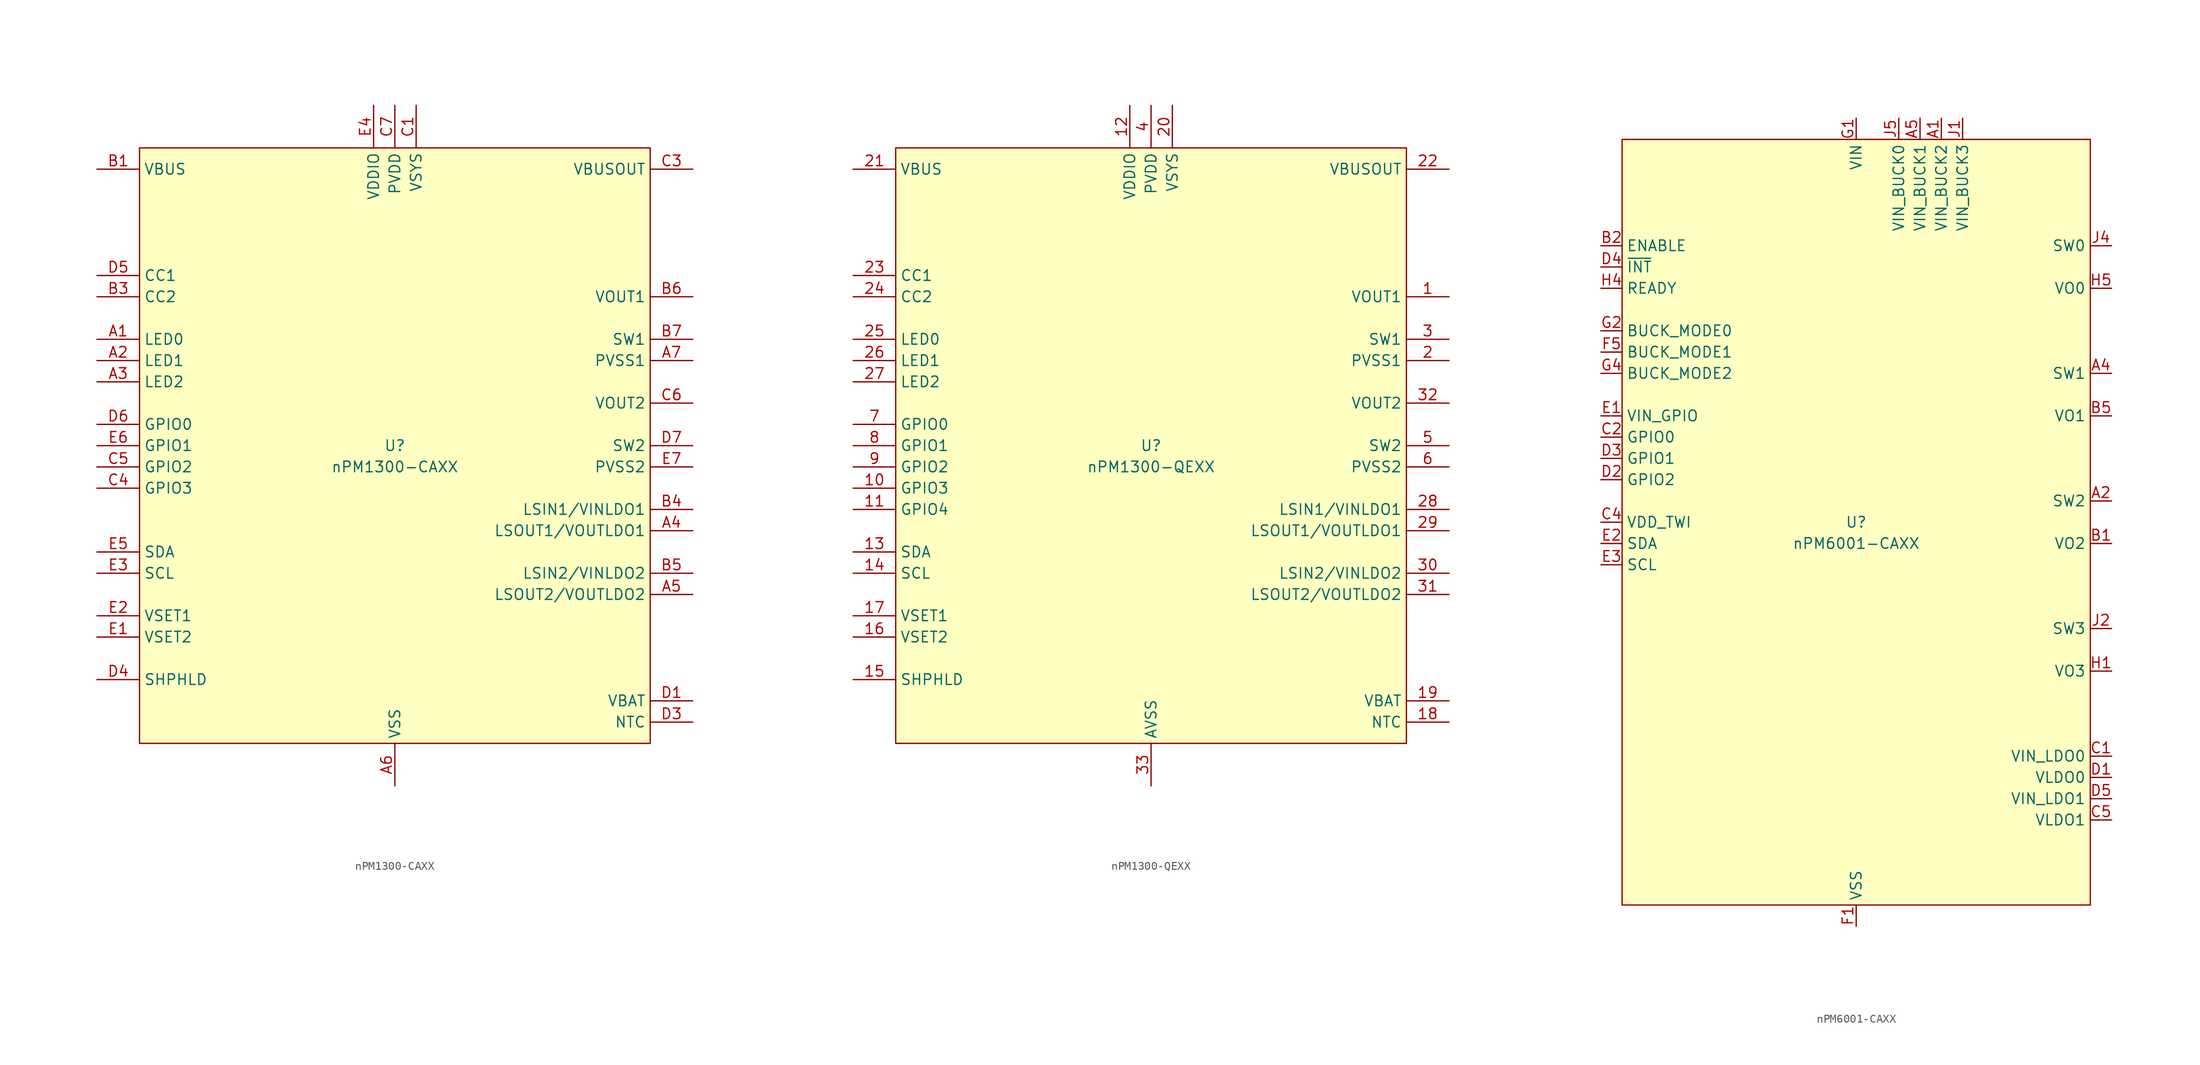
<source format=kicad_sym>
(kicad_symbol_lib
  (version 20231120)
  (generator "kicad_symbol_editor")
  (generator_version "8.0")
  (symbol "nPM1300-CAXX"
    (property "Reference" "U"
      (at 0 0 0)
      (do_not_autoplace)
      (effects (font (size 1.27 1.27))))
    (property "Value" "nPM1300-CAXX"
      (at 0 -2.54 0)
      (do_not_autoplace)
      (effects (font (size 1.27 1.27))))
    (symbol "nPM1300-CAXX_0_0"
      (pin bidirectional line (at -35.56 -5.08 0) (length 5.08) (name "GPIO3" (effects (font (size 1.27 1.27)))) (number "C4" (effects (font (size 1.27 1.27)))))
      (pin bidirectional line (at -35.56 -2.54 0) (length 5.08) (name "GPIO2" (effects (font (size 1.27 1.27)))) (number "C5" (effects (font (size 1.27 1.27)))))
      (pin bidirectional line (at -35.56 0 0) (length 5.08) (name "GPIO1" (effects (font (size 1.27 1.27)))) (number "E6" (effects (font (size 1.27 1.27))))))
    (symbol "nPM1300-CAXX_1_0"
      (pin open_collector line (at -35.56 12.7 0) (length 5.08) (name "LED0" (effects (font (size 1.27 1.27)))) (number "A1" (effects (font (size 1.27 1.27)))))
      (pin open_collector line (at -35.56 10.16 0) (length 5.08) (name "LED1" (effects (font (size 1.27 1.27)))) (number "A2" (effects (font (size 1.27 1.27)))))
      (pin open_collector line (at -35.56 7.62 0) (length 5.08) (name "LED2" (effects (font (size 1.27 1.27)))) (number "A3" (effects (font (size 1.27 1.27)))))
      (pin output line (at 35.56 -10.16 180) (length 5.08) (name "LSOUT1/VOUTLDO1" (effects (font (size 1.27 1.27)))) (number "A4" (effects (font (size 1.27 1.27)))))
      (pin output line (at 35.56 -17.78 180) (length 5.08) (name "LSOUT2/VOUTLDO2" (effects (font (size 1.27 1.27)))) (number "A5" (effects (font (size 1.27 1.27)))))
      (pin power_in line (at 0 -40.64 90) (length 5.08) (name "VSS" (effects (font (size 1.27 1.27)))) (number "A6" (effects (font (size 1.27 1.27)))))
      (pin power_in line (at 35.56 10.16 180) (length 5.08) (name "PVSS1" (effects (font (size 1.27 1.27)))) (number "A7" (effects (font (size 1.27 1.27)))))
      (pin power_in line (at -35.56 33.02 0) (length 5.08) (name "VBUS" (effects (font (size 1.27 1.27)))) (number "B1" (effects (font (size 1.27 1.27)))))
      (pin passive line (at -35.56 33.02 0) (length 5.08) hide (name "VBUS" (effects (font (size 1.27 1.27)))) (number "B2" (effects (font (size 1.27 1.27)))))
      (pin bidirectional line (at -35.56 17.78 0) (length 5.08) (name "CC2" (effects (font (size 1.27 1.27)))) (number "B3" (effects (font (size 1.27 1.27)))))
      (pin input line (at 35.56 -7.62 180) (length 5.08) (name "LSIN1/VINLDO1" (effects (font (size 1.27 1.27)))) (number "B4" (effects (font (size 1.27 1.27)))))
      (pin input line (at 35.56 -15.24 180) (length 5.08) (name "LSIN2/VINLDO2" (effects (font (size 1.27 1.27)))) (number "B5" (effects (font (size 1.27 1.27)))))
      (pin power_out line (at 35.56 17.78 180) (length 5.08) (name "VOUT1" (effects (font (size 1.27 1.27)))) (number "B6" (effects (font (size 1.27 1.27)))))
      (pin passive line (at 35.56 12.7 180) (length 5.08) (name "SW1" (effects (font (size 1.27 1.27)))) (number "B7" (effects (font (size 1.27 1.27)))))
      (pin power_out line (at 2.54 40.64 270) (length 5.08) (name "VSYS" (effects (font (size 1.27 1.27)))) (number "C1" (effects (font (size 1.27 1.27)))))
      (pin passive line (at 2.54 40.64 270) (length 5.08) hide (name "VSYS" (effects (font (size 1.27 1.27)))) (number "C2" (effects (font (size 1.27 1.27)))))
      (pin power_out line (at 35.56 33.02 180) (length 5.08) (name "VBUSOUT" (effects (font (size 1.27 1.27)))) (number "C3" (effects (font (size 1.27 1.27)))))
      (pin power_out line (at 35.56 5.08 180) (length 5.08) (name "VOUT2" (effects (font (size 1.27 1.27)))) (number "C6" (effects (font (size 1.27 1.27)))))
      (pin power_in line (at 0 40.64 270) (length 5.08) (name "PVDD" (effects (font (size 1.27 1.27)))) (number "C7" (effects (font (size 1.27 1.27)))))
      (pin power_in line (at 35.56 -30.48 180) (length 5.08) (name "VBAT" (effects (font (size 1.27 1.27)))) (number "D1" (effects (font (size 1.27 1.27)))))
      (pin passive line (at 35.56 -30.48 180) (length 5.08) hide (name "VBAT" (effects (font (size 1.27 1.27)))) (number "D2" (effects (font (size 1.27 1.27)))))
      (pin passive line (at 35.56 -33.02 180) (length 5.08) (name "NTC" (effects (font (size 1.27 1.27)))) (number "D3" (effects (font (size 1.27 1.27)))))
      (pin passive line (at -35.56 -27.94 0) (length 5.08) (name "SHPHLD" (effects (font (size 1.27 1.27)))) (number "D4" (effects (font (size 1.27 1.27)))))
      (pin bidirectional line (at -35.56 20.32 0) (length 5.08) (name "CC1" (effects (font (size 1.27 1.27)))) (number "D5" (effects (font (size 1.27 1.27)))))
      (pin bidirectional line (at -35.56 2.54 0) (length 5.08) (name "GPIO0" (effects (font (size 1.27 1.27)))) (number "D6" (effects (font (size 1.27 1.27)))))
      (pin passive line (at 35.56 0 180) (length 5.08) (name "SW2" (effects (font (size 1.27 1.27)))) (number "D7" (effects (font (size 1.27 1.27)))))
      (pin passive line (at -35.56 -22.86 0) (length 5.08) (name "VSET2" (effects (font (size 1.27 1.27)))) (number "E1" (effects (font (size 1.27 1.27)))))
      (pin passive line (at -35.56 -20.32 0) (length 5.08) (name "VSET1" (effects (font (size 1.27 1.27)))) (number "E2" (effects (font (size 1.27 1.27)))))
      (pin bidirectional line (at -35.56 -15.24 0) (length 5.08) (name "SCL" (effects (font (size 1.27 1.27)))) (number "E3" (effects (font (size 1.27 1.27)))))
      (pin power_in line (at -2.54 40.64 270) (length 5.08) (name "VDDIO" (effects (font (size 1.27 1.27)))) (number "E4" (effects (font (size 1.27 1.27)))))
      (pin bidirectional line (at -35.56 -12.7 0) (length 5.08) (name "SDA" (effects (font (size 1.27 1.27)))) (number "E5" (effects (font (size 1.27 1.27)))))
      (pin power_in line (at 35.56 -2.54 180) (length 5.08) (name "PVSS2" (effects (font (size 1.27 1.27)))) (number "E7" (effects (font (size 1.27 1.27))))))
    (symbol "nPM1300-CAXX_1_1"
      (rectangle (start -30.48 35.56) (end 30.48 -35.56) (stroke (width 0) (type default)) (fill (type background)))))
  (symbol "nPM1300-QEXX"
    (property "Reference" "U"
      (at 0 0 0)
      (do_not_autoplace)
      (effects (font (size 1.27 1.27))))
    (property "Value" "nPM1300-QEXX"
      (at 0 -2.54 0)
      (do_not_autoplace)
      (effects (font (size 1.27 1.27))))
    (symbol "nPM1300-QEXX_0_0"
      (pin power_out line (at 35.56 17.78 180) (length 5.08) (name "VOUT1" (effects (font (size 1.27 1.27)))) (number "1" (effects (font (size 1.27 1.27)))))
      (pin bidirectional line (at -35.56 -5.08 0) (length 5.08) (name "GPIO3" (effects (font (size 1.27 1.27)))) (number "10" (effects (font (size 1.27 1.27)))))
      (pin bidirectional line (at -35.56 -7.62 0) (length 5.08) (name "GPIO4" (effects (font (size 1.27 1.27)))) (number "11" (effects (font (size 1.27 1.27)))))
      (pin power_in line (at -2.54 40.64 270) (length 5.08) (name "VDDIO" (effects (font (size 1.27 1.27)))) (number "12" (effects (font (size 1.27 1.27)))))
      (pin bidirectional line (at -35.56 -12.7 0) (length 5.08) (name "SDA" (effects (font (size 1.27 1.27)))) (number "13" (effects (font (size 1.27 1.27)))))
      (pin bidirectional line (at -35.56 -15.24 0) (length 5.08) (name "SCL" (effects (font (size 1.27 1.27)))) (number "14" (effects (font (size 1.27 1.27)))))
      (pin input line (at -35.56 -27.94 0) (length 5.08) (name "SHPHLD" (effects (font (size 1.27 1.27)))) (number "15" (effects (font (size 1.27 1.27)))))
      (pin passive line (at -35.56 -22.86 0) (length 5.08) (name "VSET2" (effects (font (size 1.27 1.27)))) (number "16" (effects (font (size 1.27 1.27)))))
      (pin passive line (at -35.56 -20.32 0) (length 5.08) (name "VSET1" (effects (font (size 1.27 1.27)))) (number "17" (effects (font (size 1.27 1.27)))))
      (pin passive line (at 35.56 -33.02 180) (length 5.08) (name "NTC" (effects (font (size 1.27 1.27)))) (number "18" (effects (font (size 1.27 1.27)))))
      (pin power_in line (at 35.56 -30.48 180) (length 5.08) (name "VBAT" (effects (font (size 1.27 1.27)))) (number "19" (effects (font (size 1.27 1.27)))))
      (pin power_out line (at 2.54 40.64 270) (length 5.08) (name "VSYS" (effects (font (size 1.27 1.27)))) (number "20" (effects (font (size 1.27 1.27)))))
      (pin power_in line (at -35.56 33.02 0) (length 5.08) (name "VBUS" (effects (font (size 1.27 1.27)))) (number "21" (effects (font (size 1.27 1.27)))))
      (pin power_out line (at 35.56 33.02 180) (length 5.08) (name "VBUSOUT" (effects (font (size 1.27 1.27)))) (number "22" (effects (font (size 1.27 1.27)))))
      (pin bidirectional line (at -35.56 20.32 0) (length 5.08) (name "CC1" (effects (font (size 1.27 1.27)))) (number "23" (effects (font (size 1.27 1.27)))))
      (pin bidirectional line (at -35.56 17.78 0) (length 5.08) (name "CC2" (effects (font (size 1.27 1.27)))) (number "24" (effects (font (size 1.27 1.27)))))
      (pin open_collector line (at -35.56 12.7 0) (length 5.08) (name "LED0" (effects (font (size 1.27 1.27)))) (number "25" (effects (font (size 1.27 1.27)))))
      (pin open_collector line (at -35.56 10.16 0) (length 5.08) (name "LED1" (effects (font (size 1.27 1.27)))) (number "26" (effects (font (size 1.27 1.27)))))
      (pin open_collector line (at -35.56 7.62 0) (length 5.08) (name "LED2" (effects (font (size 1.27 1.27)))) (number "27" (effects (font (size 1.27 1.27)))))
      (pin output line (at 35.56 -10.16 180) (length 5.08) (name "LSOUT1/VOUTLDO1" (effects (font (size 1.27 1.27)))) (number "29" (effects (font (size 1.27 1.27)))))
      (pin passive line (at 35.56 12.7 180) (length 5.08) (name "SW1" (effects (font (size 1.27 1.27)))) (number "3" (effects (font (size 1.27 1.27)))))
      (pin input line (at 35.56 -15.24 180) (length 5.08) (name "LSIN2/VINLDO2" (effects (font (size 1.27 1.27)))) (number "30" (effects (font (size 1.27 1.27)))))
      (pin output line (at 35.56 -17.78 180) (length 5.08) (name "LSOUT2/VOUTLDO2" (effects (font (size 1.27 1.27)))) (number "31" (effects (font (size 1.27 1.27)))))
      (pin power_out line (at 35.56 5.08 180) (length 5.08) (name "VOUT2" (effects (font (size 1.27 1.27)))) (number "32" (effects (font (size 1.27 1.27)))))
      (pin power_in line (at 0 -40.64 90) (length 5.08) (name "AVSS" (effects (font (size 1.27 1.27)))) (number "33" (effects (font (size 1.27 1.27)))))
      (pin power_in line (at 0 40.64 270) (length 5.08) (name "PVDD" (effects (font (size 1.27 1.27)))) (number "4" (effects (font (size 1.27 1.27)))))
      (pin passive line (at 35.56 0 180) (length 5.08) (name "SW2" (effects (font (size 1.27 1.27)))) (number "5" (effects (font (size 1.27 1.27)))))
      (pin bidirectional line (at -35.56 2.54 0) (length 5.08) (name "GPIO0" (effects (font (size 1.27 1.27)))) (number "7" (effects (font (size 1.27 1.27)))))
      (pin bidirectional line (at -35.56 0 0) (length 5.08) (name "GPIO1" (effects (font (size 1.27 1.27)))) (number "8" (effects (font (size 1.27 1.27)))))
      (pin bidirectional line (at -35.56 -2.54 0) (length 5.08) (name "GPIO2" (effects (font (size 1.27 1.27)))) (number "9" (effects (font (size 1.27 1.27))))))
    (symbol "nPM1300-QEXX_1_0"
      (pin power_in line (at 35.56 10.16 180) (length 5.08) (name "PVSS1" (effects (font (size 1.27 1.27)))) (number "2" (effects (font (size 1.27 1.27)))))
      (pin input line (at 35.56 -7.62 180) (length 5.08) (name "LSIN1/VINLDO1" (effects (font (size 1.27 1.27)))) (number "28" (effects (font (size 1.27 1.27)))))
      (pin power_in line (at 35.56 -2.54 180) (length 5.08) (name "PVSS2" (effects (font (size 1.27 1.27)))) (number "6" (effects (font (size 1.27 1.27))))))
    (symbol "nPM1300-QEXX_1_1"
      (rectangle (start -30.48 35.56) (end 30.48 -35.56) (stroke (width 0) (type default)) (fill (type background)))))
  (symbol "nPM6001-CAXX"
    (property "Reference" "U"
      (at 0 0 0)
      (do_not_autoplace)
      (effects (font (size 1.27 1.27))))
    (property "Value" "nPM6001-CAXX"
      (at 0 -2.54 0)
      (do_not_autoplace)
      (effects (font (size 1.27 1.27))))
    (symbol "nPM6001-CAXX_0_0"
      (pin power_in line (at 10.16 48.26 270) (length 2.54) (name "VIN_BUCK2" (effects (font (size 1.27 1.27)))) (number "A1" (effects (font (size 1.27 1.27)))))
      (pin passive line (at 30.48 2.54 180) (length 2.54) (name "SW2" (effects (font (size 1.27 1.27)))) (number "A2" (effects (font (size 1.27 1.27)))))
      (pin passive line (at 30.48 17.78 180) (length 2.54) (name "SW1" (effects (font (size 1.27 1.27)))) (number "A4" (effects (font (size 1.27 1.27)))))
      (pin power_in line (at 7.62 48.26 270) (length 2.54) (name "VIN_BUCK1" (effects (font (size 1.27 1.27)))) (number "A5" (effects (font (size 1.27 1.27)))))
      (pin power_out line (at 30.48 -2.54 180) (length 2.54) (name "VO2" (effects (font (size 1.27 1.27)))) (number "B1" (effects (font (size 1.27 1.27)))))
      (pin bidirectional line (at -30.48 33.02 0) (length 2.54) (name "ENABLE" (effects (font (size 1.27 1.27)))) (number "B2" (effects (font (size 1.27 1.27)))))
      (pin power_out line (at 30.48 12.7 180) (length 2.54) (name "VO1" (effects (font (size 1.27 1.27)))) (number "B5" (effects (font (size 1.27 1.27)))))
      (pin power_in line (at 30.48 -27.94 180) (length 2.54) (name "VIN_LDO0" (effects (font (size 1.27 1.27)))) (number "C1" (effects (font (size 1.27 1.27)))))
      (pin bidirectional line (at -30.48 10.16 0) (length 2.54) (name "GPIO0" (effects (font (size 1.27 1.27)))) (number "C2" (effects (font (size 1.27 1.27)))))
      (pin power_in line (at -30.48 0 0) (length 2.54) (name "VDD_TWI" (effects (font (size 1.27 1.27)))) (number "C4" (effects (font (size 1.27 1.27)))))
      (pin power_out line (at 30.48 -35.56 180) (length 2.54) (name "VLDO1" (effects (font (size 1.27 1.27)))) (number "C5" (effects (font (size 1.27 1.27)))))
      (pin power_out line (at 30.48 -30.48 180) (length 2.54) (name "VLDO0" (effects (font (size 1.27 1.27)))) (number "D1" (effects (font (size 1.27 1.27)))))
      (pin bidirectional line (at -30.48 5.08 0) (length 2.54) (name "GPIO2" (effects (font (size 1.27 1.27)))) (number "D2" (effects (font (size 1.27 1.27)))))
      (pin bidirectional line (at -30.48 7.62 0) (length 2.54) (name "GPIO1" (effects (font (size 1.27 1.27)))) (number "D3" (effects (font (size 1.27 1.27)))))
      (pin power_in line (at 30.48 -33.02 180) (length 2.54) (name "VIN_LDO1" (effects (font (size 1.27 1.27)))) (number "D5" (effects (font (size 1.27 1.27)))))
      (pin power_in line (at -30.48 12.7 0) (length 2.54) (name "VIN_GPIO" (effects (font (size 1.27 1.27)))) (number "E1" (effects (font (size 1.27 1.27)))))
      (pin bidirectional line (at -30.48 -2.54 0) (length 2.54) (name "SDA" (effects (font (size 1.27 1.27)))) (number "E2" (effects (font (size 1.27 1.27)))))
      (pin bidirectional line (at -30.48 -5.08 0) (length 2.54) (name "SCL" (effects (font (size 1.27 1.27)))) (number "E3" (effects (font (size 1.27 1.27)))))
      (pin bidirectional line (at -30.48 20.32 0) (length 2.54) (name "BUCK_MODE1" (effects (font (size 1.27 1.27)))) (number "F5" (effects (font (size 1.27 1.27)))))
      (pin power_in line (at 0 48.26 270) (length 2.54) (name "VIN" (effects (font (size 1.27 1.27)))) (number "G1" (effects (font (size 1.27 1.27)))))
      (pin bidirectional line (at -30.48 22.86 0) (length 2.54) (name "BUCK_MODE0" (effects (font (size 1.27 1.27)))) (number "G2" (effects (font (size 1.27 1.27)))))
      (pin bidirectional line (at -30.48 17.78 0) (length 2.54) (name "BUCK_MODE2" (effects (font (size 1.27 1.27)))) (number "G4" (effects (font (size 1.27 1.27)))))
      (pin passive line (at 30.48 -17.78 180) (length 2.54) (name "VO3" (effects (font (size 1.27 1.27)))) (number "H1" (effects (font (size 1.27 1.27)))))
      (pin bidirectional line (at -30.48 27.94 0) (length 2.54) (name "READY" (effects (font (size 1.27 1.27)))) (number "H4" (effects (font (size 1.27 1.27)))))
      (pin power_in line (at 12.7 48.26 270) (length 2.54) (name "VIN_BUCK3" (effects (font (size 1.27 1.27)))) (number "J1" (effects (font (size 1.27 1.27)))))
      (pin passive line (at 30.48 -12.7 180) (length 2.54) (name "SW3" (effects (font (size 1.27 1.27)))) (number "J2" (effects (font (size 1.27 1.27)))))
      (pin passive line (at 30.48 33.02 180) (length 2.54) (name "SW0" (effects (font (size 1.27 1.27)))) (number "J4" (effects (font (size 1.27 1.27)))))
      (pin power_in line (at 5.08 48.26 270) (length 2.54) (name "VIN_BUCK0" (effects (font (size 1.27 1.27)))) (number "J5" (effects (font (size 1.27 1.27))))))
    (symbol "nPM6001-CAXX_1_0"
      (pin passive line (at 0 -48.26 90) (length 2.54) hide (name "AVSS1_2" (effects (font (size 1.27 1.27)))) (number "A3" (effects (font (size 1.27 1.27)))))
      (pin passive line (at 0 -48.26 90) (length 2.54) hide (name "RESERVED" (effects (font (size 1.27 1.27)))) (number "B3" (effects (font (size 1.27 1.27)))))
      (pin passive line (at 30.48 27.94 180) (length 2.54) hide (name "RESERVED" (effects (font (size 1.27 1.27)))) (number "B4" (effects (font (size 1.27 1.27)))))
      (pin passive line (at 30.48 27.94 180) (length 2.54) hide (name "RESERVED" (effects (font (size 1.27 1.27)))) (number "C3" (effects (font (size 1.27 1.27)))))
      (pin output line (at -30.48 30.48 0) (length 2.54) (name "~{INT}" (effects (font (size 1.27 1.27)))) (number "D4" (effects (font (size 1.27 1.27)))))
      (pin passive line (at 30.48 27.94 180) (length 2.54) hide (name "RESERVED" (effects (font (size 1.27 1.27)))) (number "E4" (effects (font (size 1.27 1.27)))))
      (pin passive line (at 0 -48.26 90) (length 2.54) hide (name "RESERVED" (effects (font (size 1.27 1.27)))) (number "E5" (effects (font (size 1.27 1.27)))))
      (pin power_in line (at 0 -48.26 90) (length 2.54) (name "VSS" (effects (font (size 1.27 1.27)))) (number "F1" (effects (font (size 1.27 1.27)))))
      (pin passive line (at 0 -48.26 90) (length 2.54) hide (name "AVSS_ANA" (effects (font (size 1.27 1.27)))) (number "F2" (effects (font (size 1.27 1.27)))))
      (pin passive line (at 0 48.26 270) (length 2.54) hide (name "VIN_ANA" (effects (font (size 1.27 1.27)))) (number "F3" (effects (font (size 1.27 1.27)))))
      (pin passive line (at 0 -48.26 90) (length 2.54) hide (name "RESERVED" (effects (font (size 1.27 1.27)))) (number "F4" (effects (font (size 1.27 1.27)))))
      (pin passive line (at 0 -48.26 90) (length 2.54) hide (name "RESERVED" (effects (font (size 1.27 1.27)))) (number "G3" (effects (font (size 1.27 1.27)))))
      (pin passive line (at 30.48 27.94 180) (length 2.54) hide (name "VO0_IN" (effects (font (size 1.27 1.27)))) (number "G5" (effects (font (size 1.27 1.27)))))
      (pin passive line (at 0 -48.26 90) (length 2.54) hide (name "RESERVED" (effects (font (size 1.27 1.27)))) (number "H2" (effects (font (size 1.27 1.27)))))
      (pin passive line (at 0 -48.26 90) (length 2.54) hide (name "AVSS0" (effects (font (size 1.27 1.27)))) (number "H3" (effects (font (size 1.27 1.27)))))
      (pin power_out line (at 30.48 27.94 180) (length 2.54) (name "VO0" (effects (font (size 1.27 1.27)))) (number "H5" (effects (font (size 1.27 1.27)))))
      (pin passive line (at 0 -48.26 90) (length 2.54) hide (name "AVSS3" (effects (font (size 1.27 1.27)))) (number "J3" (effects (font (size 1.27 1.27))))))
    (symbol "nPM6001-CAXX_1_1"
      (rectangle (start -27.94 45.72) (end 27.94 -45.72) (stroke (width 0) (type default)) (fill (type background))))))
</source>
